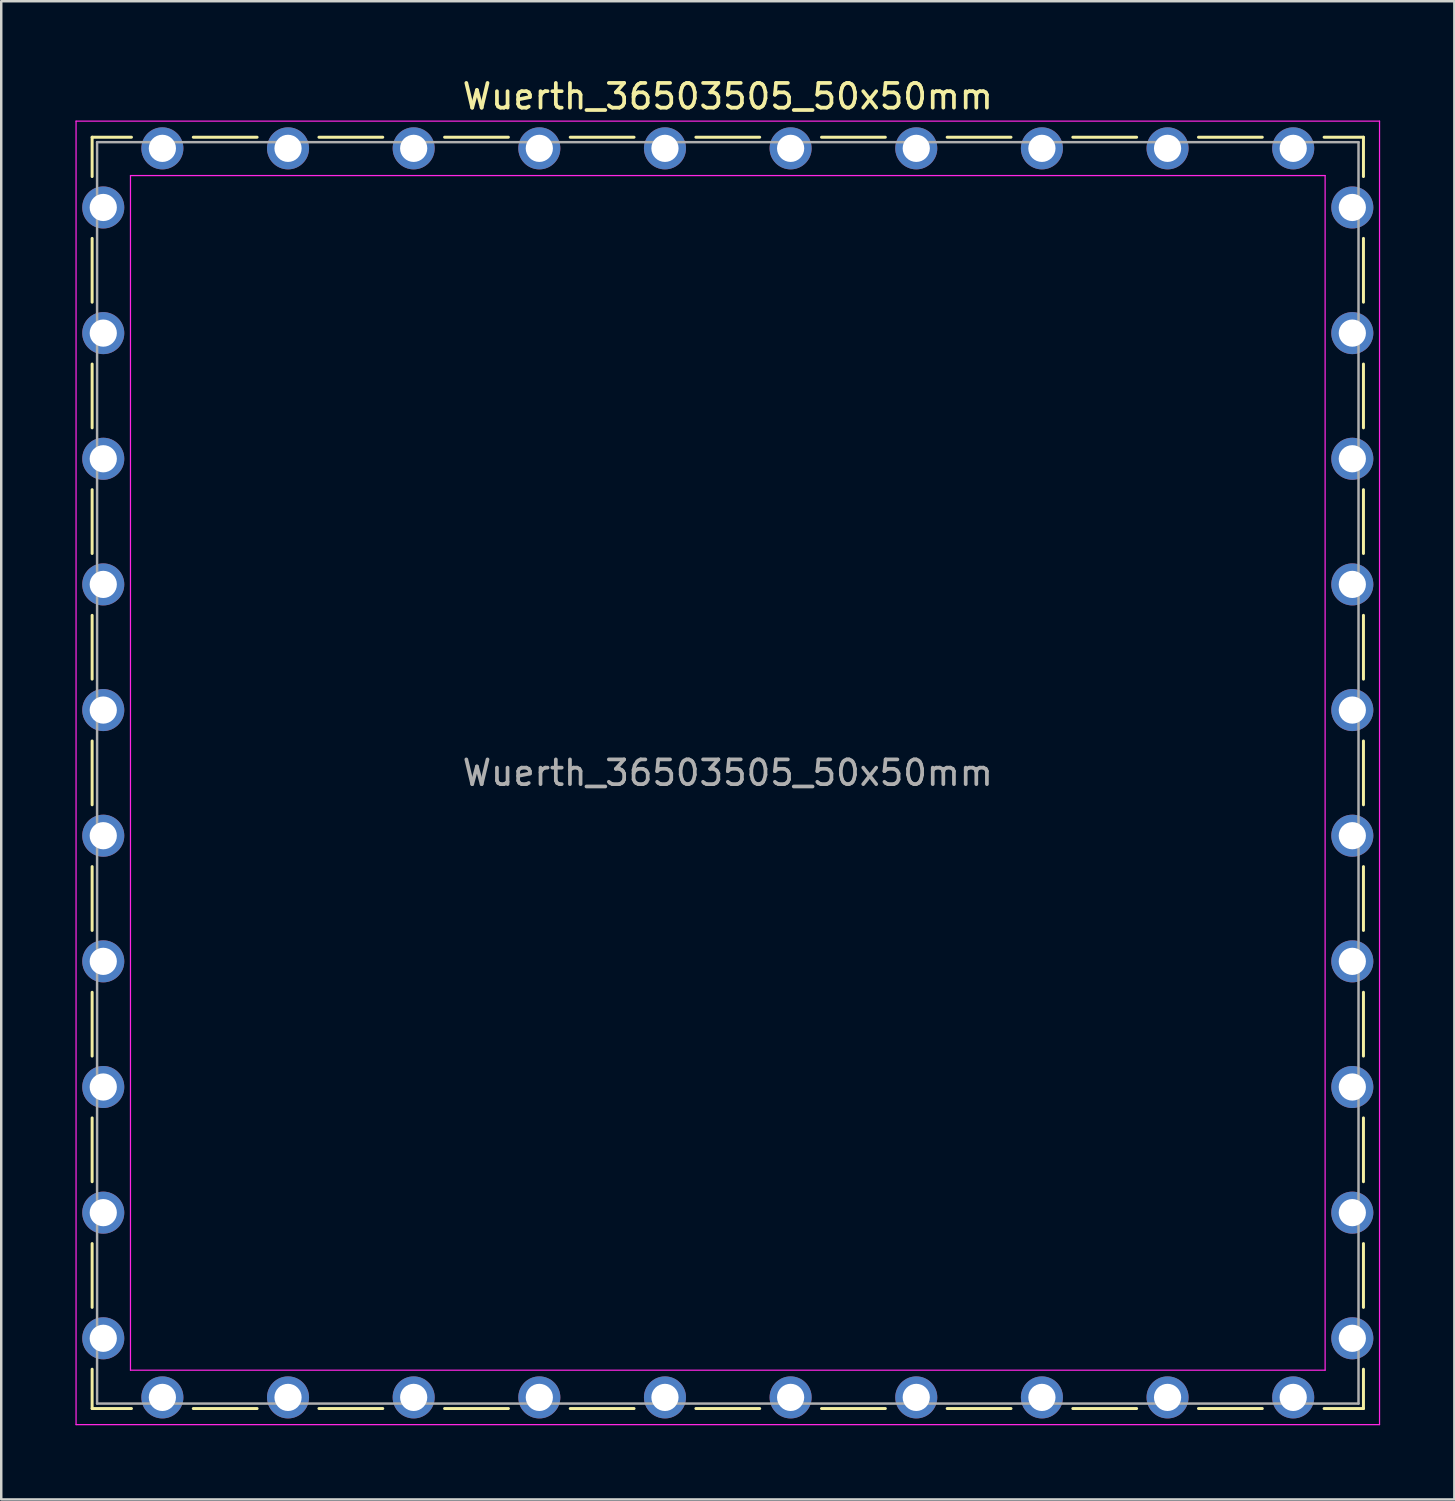
<source format=kicad_pcb>
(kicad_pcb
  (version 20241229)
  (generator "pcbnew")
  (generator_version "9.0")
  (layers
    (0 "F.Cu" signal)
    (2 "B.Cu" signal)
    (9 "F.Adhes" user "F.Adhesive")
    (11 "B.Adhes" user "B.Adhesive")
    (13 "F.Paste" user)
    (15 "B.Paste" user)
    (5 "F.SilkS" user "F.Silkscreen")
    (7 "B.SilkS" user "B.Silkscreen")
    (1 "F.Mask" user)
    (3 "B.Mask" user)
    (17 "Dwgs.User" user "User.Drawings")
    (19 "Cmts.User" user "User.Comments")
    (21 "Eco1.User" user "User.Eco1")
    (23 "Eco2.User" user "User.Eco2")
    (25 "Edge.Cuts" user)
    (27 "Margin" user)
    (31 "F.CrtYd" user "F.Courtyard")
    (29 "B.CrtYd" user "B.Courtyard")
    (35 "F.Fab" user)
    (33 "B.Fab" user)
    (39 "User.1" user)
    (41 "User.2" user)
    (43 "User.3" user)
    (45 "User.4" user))
  (footprint "Wuerth_36503505_50x50mm"
    (layer "F.Cu")
    (at 26.375 28.198)
    (property "Reference" "Wuerth_36503505_50x50mm" (at 0 -27.35 0) (layer "F.SilkS") (effects (font (size 1 1) (thickness 0.15))))
    (attr through_hole)
    (fp_line (start -25.7 -25.7) (end -24.11 -25.7) (stroke (width 0.12) (type solid)) (layer "F.SilkS"))
    (fp_line (start -25.7 -24.11) (end -25.7 -25.7) (stroke (width 0.12) (type solid)) (layer "F.SilkS"))
    (fp_line (start -25.7 -19.03) (end -25.7 -21.61) (stroke (width 0.12) (type solid)) (layer "F.SilkS"))
    (fp_line (start -25.7 -13.95) (end -25.7 -16.53) (stroke (width 0.12) (type solid)) (layer "F.SilkS"))
    (fp_line (start -25.7 -8.87) (end -25.7 -11.45) (stroke (width 0.12) (type solid)) (layer "F.SilkS"))
    (fp_line (start -25.7 -3.79) (end -25.7 -6.37) (stroke (width 0.12) (type solid)) (layer "F.SilkS"))
    (fp_line (start -25.7 -1.29) (end -25.7 1.29) (stroke (width 0.12) (type solid)) (layer "F.SilkS"))
    (fp_line (start -25.7 3.79) (end -25.7 6.37) (stroke (width 0.12) (type solid)) (layer "F.SilkS"))
    (fp_line (start -25.7 8.87) (end -25.7 11.45) (stroke (width 0.12) (type solid)) (layer "F.SilkS"))
    (fp_line (start -25.7 13.95) (end -25.7 16.53) (stroke (width 0.12) (type solid)) (layer "F.SilkS"))
    (fp_line (start -25.7 19.03) (end -25.7 21.61) (stroke (width 0.12) (type solid)) (layer "F.SilkS"))
    (fp_line (start -25.7 24.11) (end -25.7 25.7) (stroke (width 0.12) (type solid)) (layer "F.SilkS"))
    (fp_line (start -25.7 25.7) (end -24.11 25.7) (stroke (width 0.12) (type solid)) (layer "F.SilkS"))
    (fp_line (start -19.03 -25.7) (end -21.61 -25.7) (stroke (width 0.12) (type solid)) (layer "F.SilkS"))
    (fp_line (start -19.03 25.7) (end -21.61 25.7) (stroke (width 0.12) (type solid)) (layer "F.SilkS"))
    (fp_line (start -13.95 -25.7) (end -16.53 -25.7) (stroke (width 0.12) (type solid)) (layer "F.SilkS"))
    (fp_line (start -13.95 25.7) (end -16.53 25.7) (stroke (width 0.12) (type solid)) (layer "F.SilkS"))
    (fp_line (start -8.87 -25.7) (end -11.45 -25.7) (stroke (width 0.12) (type solid)) (layer "F.SilkS"))
    (fp_line (start -8.87 25.7) (end -11.45 25.7) (stroke (width 0.12) (type solid)) (layer "F.SilkS"))
    (fp_line (start -3.79 -25.7) (end -6.37 -25.7) (stroke (width 0.12) (type solid)) (layer "F.SilkS"))
    (fp_line (start -3.79 25.7) (end -6.37 25.7) (stroke (width 0.12) (type solid)) (layer "F.SilkS"))
    (fp_line (start 1.29 -25.7) (end -1.29 -25.7) (stroke (width 0.12) (type solid)) (layer "F.SilkS"))
    (fp_line (start 1.29 25.7) (end -1.29 25.7) (stroke (width 0.12) (type solid)) (layer "F.SilkS"))
    (fp_line (start 3.79 -25.7) (end 6.37 -25.7) (stroke (width 0.12) (type solid)) (layer "F.SilkS"))
    (fp_line (start 3.79 25.7) (end 6.37 25.7) (stroke (width 0.12) (type solid)) (layer "F.SilkS"))
    (fp_line (start 8.87 -25.7) (end 11.45 -25.7) (stroke (width 0.12) (type solid)) (layer "F.SilkS"))
    (fp_line (start 8.87 25.7) (end 11.45 25.7) (stroke (width 0.12) (type solid)) (layer "F.SilkS"))
    (fp_line (start 13.95 -25.7) (end 16.53 -25.7) (stroke (width 0.12) (type solid)) (layer "F.SilkS"))
    (fp_line (start 13.95 25.7) (end 16.53 25.7) (stroke (width 0.12) (type solid)) (layer "F.SilkS"))
    (fp_line (start 19.03 -25.7) (end 21.61 -25.7) (stroke (width 0.12) (type solid)) (layer "F.SilkS"))
    (fp_line (start 19.03 25.7) (end 21.61 25.7) (stroke (width 0.12) (type solid)) (layer "F.SilkS"))
    (fp_line (start 25.7 -25.7) (end 24.11 -25.7) (stroke (width 0.12) (type solid)) (layer "F.SilkS"))
    (fp_line (start 25.7 -24.11) (end 25.7 -25.7) (stroke (width 0.12) (type solid)) (layer "F.SilkS"))
    (fp_line (start 25.7 -19.03) (end 25.7 -21.61) (stroke (width 0.12) (type solid)) (layer "F.SilkS"))
    (fp_line (start 25.7 -13.95) (end 25.7 -16.53) (stroke (width 0.12) (type solid)) (layer "F.SilkS"))
    (fp_line (start 25.7 -8.87) (end 25.7 -11.45) (stroke (width 0.12) (type solid)) (layer "F.SilkS"))
    (fp_line (start 25.7 -3.79) (end 25.7 -6.37) (stroke (width 0.12) (type solid)) (layer "F.SilkS"))
    (fp_line (start 25.7 1.29) (end 25.7 -1.29) (stroke (width 0.12) (type solid)) (layer "F.SilkS"))
    (fp_line (start 25.7 3.79) (end 25.7 6.37) (stroke (width 0.12) (type solid)) (layer "F.SilkS"))
    (fp_line (start 25.7 8.87) (end 25.7 11.45) (stroke (width 0.12) (type solid)) (layer "F.SilkS"))
    (fp_line (start 25.7 13.95) (end 25.7 16.53) (stroke (width 0.12) (type solid)) (layer "F.SilkS"))
    (fp_line (start 25.7 19.03) (end 25.7 21.61) (stroke (width 0.12) (type solid)) (layer "F.SilkS"))
    (fp_line (start 25.7 24.11) (end 25.7 25.7) (stroke (width 0.12) (type solid)) (layer "F.SilkS"))
    (fp_line (start 25.7 25.7) (end 24.11 25.7) (stroke (width 0.12) (type solid)) (layer "F.SilkS"))
    (fp_line (start -26.35 -26.35) (end -26.35 26.35) (stroke (width 0.05) (type solid)) (layer "F.CrtYd"))
    (fp_line (start -26.35 26.35) (end 26.35 26.35) (stroke (width 0.05) (type solid)) (layer "F.CrtYd"))
    (fp_line (start -24.15 -24.15) (end -24.15 24.15) (stroke (width 0.05) (type solid)) (layer "F.CrtYd"))
    (fp_line (start -24.15 24.15) (end 24.15 24.15) (stroke (width 0.05) (type solid)) (layer "F.CrtYd"))
    (fp_line (start 24.15 -24.15) (end -24.15 -24.15) (stroke (width 0.05) (type solid)) (layer "F.CrtYd"))
    (fp_line (start 24.15 24.15) (end 24.15 -24.15) (stroke (width 0.05) (type solid)) (layer "F.CrtYd"))
    (fp_line (start 26.35 -26.35) (end -26.35 -26.35) (stroke (width 0.05) (type solid)) (layer "F.CrtYd"))
    (fp_line (start 26.35 26.35) (end 26.35 -26.35) (stroke (width 0.05) (type solid)) (layer "F.CrtYd"))
    (fp_line (start -25.5 -25.5) (end -25.5 25.5) (stroke (width 0.1) (type solid)) (layer "F.Fab"))
    (fp_line (start -25.5 25.5) (end 25.5 25.5) (stroke (width 0.1) (type solid)) (layer "F.Fab"))
    (fp_line (start 25.5 -25.5) (end -25.5 -25.5) (stroke (width 0.1) (type solid)) (layer "F.Fab"))
    (fp_line (start 25.5 25.5) (end 25.5 -25.5) (stroke (width 0.1) (type solid)) (layer "F.Fab"))
    (fp_text user "${REFERENCE}" (at 0 0 0) (layer "F.Fab") (effects (font (size 1 1) (thickness 0.15))))
    (pad "1" thru_hole circle (at -25.25 -22.86) (size 1.7 1.7) (drill 1.1) (layers "*.Cu" "*.Mask"))
    (pad "1" thru_hole circle (at -25.25 -17.78) (size 1.7 1.7) (drill 1.1) (layers "*.Cu" "*.Mask"))
    (pad "1" thru_hole circle (at -25.25 -12.7) (size 1.7 1.7) (drill 1.1) (layers "*.Cu" "*.Mask"))
    (pad "1" thru_hole circle (at -25.25 -7.62) (size 1.7 1.7) (drill 1.1) (layers "*.Cu" "*.Mask"))
    (pad "1" thru_hole circle (at -25.25 -2.54) (size 1.7 1.7) (drill 1.1) (layers "*.Cu" "*.Mask"))
    (pad "1" thru_hole circle (at -25.25 2.54) (size 1.7 1.7) (drill 1.1) (layers "*.Cu" "*.Mask"))
    (pad "1" thru_hole circle (at -25.25 7.62) (size 1.7 1.7) (drill 1.1) (layers "*.Cu" "*.Mask"))
    (pad "1" thru_hole circle (at -25.25 12.7) (size 1.7 1.7) (drill 1.1) (layers "*.Cu" "*.Mask"))
    (pad "1" thru_hole circle (at -25.25 17.78) (size 1.7 1.7) (drill 1.1) (layers "*.Cu" "*.Mask"))
    (pad "1" thru_hole circle (at -25.25 22.86) (size 1.7 1.7) (drill 1.1) (layers "*.Cu" "*.Mask"))
    (pad "1" thru_hole circle (at -22.86 -25.25) (size 1.7 1.7) (drill 1.1) (layers "*.Cu" "*.Mask"))
    (pad "1" thru_hole circle (at -22.86 25.25) (size 1.7 1.7) (drill 1.1) (layers "*.Cu" "*.Mask"))
    (pad "1" thru_hole circle (at -17.78 -25.25) (size 1.7 1.7) (drill 1.1) (layers "*.Cu" "*.Mask"))
    (pad "1" thru_hole circle (at -17.78 25.25) (size 1.7 1.7) (drill 1.1) (layers "*.Cu" "*.Mask"))
    (pad "1" thru_hole circle (at -12.7 -25.25) (size 1.7 1.7) (drill 1.1) (layers "*.Cu" "*.Mask"))
    (pad "1" thru_hole circle (at -12.7 25.25) (size 1.7 1.7) (drill 1.1) (layers "*.Cu" "*.Mask"))
    (pad "1" thru_hole circle (at -7.62 -25.25) (size 1.7 1.7) (drill 1.1) (layers "*.Cu" "*.Mask"))
    (pad "1" thru_hole circle (at -7.62 25.25) (size 1.7 1.7) (drill 1.1) (layers "*.Cu" "*.Mask"))
    (pad "1" thru_hole circle (at -2.54 -25.25) (size 1.7 1.7) (drill 1.1) (layers "*.Cu" "*.Mask"))
    (pad "1" thru_hole circle (at -2.54 25.25) (size 1.7 1.7) (drill 1.1) (layers "*.Cu" "*.Mask"))
    (pad "1" thru_hole circle (at 2.54 -25.25) (size 1.7 1.7) (drill 1.1) (layers "*.Cu" "*.Mask"))
    (pad "1" thru_hole circle (at 2.54 25.25) (size 1.7 1.7) (drill 1.1) (layers "*.Cu" "*.Mask"))
    (pad "1" thru_hole circle (at 7.62 -25.25) (size 1.7 1.7) (drill 1.1) (layers "*.Cu" "*.Mask"))
    (pad "1" thru_hole circle (at 7.62 25.25) (size 1.7 1.7) (drill 1.1) (layers "*.Cu" "*.Mask"))
    (pad "1" thru_hole circle (at 12.7 -25.25) (size 1.7 1.7) (drill 1.1) (layers "*.Cu" "*.Mask"))
    (pad "1" thru_hole circle (at 12.7 25.25) (size 1.7 1.7) (drill 1.1) (layers "*.Cu" "*.Mask"))
    (pad "1" thru_hole circle (at 17.78 -25.25) (size 1.7 1.7) (drill 1.1) (layers "*.Cu" "*.Mask"))
    (pad "1" thru_hole circle (at 17.78 25.25) (size 1.7 1.7) (drill 1.1) (layers "*.Cu" "*.Mask"))
    (pad "1" thru_hole circle (at 22.86 -25.25) (size 1.7 1.7) (drill 1.1) (layers "*.Cu" "*.Mask"))
    (pad "1" thru_hole circle (at 22.86 25.25) (size 1.7 1.7) (drill 1.1) (layers "*.Cu" "*.Mask"))
    (pad "1" thru_hole circle (at 25.25 -22.86) (size 1.7 1.7) (drill 1.1) (layers "*.Cu" "*.Mask"))
    (pad "1" thru_hole circle (at 25.25 -17.78) (size 1.7 1.7) (drill 1.1) (layers "*.Cu" "*.Mask"))
    (pad "1" thru_hole circle (at 25.25 -12.7) (size 1.7 1.7) (drill 1.1) (layers "*.Cu" "*.Mask"))
    (pad "1" thru_hole circle (at 25.25 -7.62) (size 1.7 1.7) (drill 1.1) (layers "*.Cu" "*.Mask"))
    (pad "1" thru_hole circle (at 25.25 -2.54) (size 1.7 1.7) (drill 1.1) (layers "*.Cu" "*.Mask"))
    (pad "1" thru_hole circle (at 25.25 2.54) (size 1.7 1.7) (drill 1.1) (layers "*.Cu" "*.Mask"))
    (pad "1" thru_hole circle (at 25.25 7.62) (size 1.7 1.7) (drill 1.1) (layers "*.Cu" "*.Mask"))
    (pad "1" thru_hole circle (at 25.25 12.7) (size 1.7 1.7) (drill 1.1) (layers "*.Cu" "*.Mask"))
    (pad "1" thru_hole circle (at 25.25 17.78) (size 1.7 1.7) (drill 1.1) (layers "*.Cu" "*.Mask"))
    (pad "1" thru_hole circle (at 25.25 22.86) (size 1.7 1.7) (drill 1.1) (layers "*.Cu" "*.Mask")))
  (gr_rect
    (start -3 -3)
    (end 55.75 57.573)
    (stroke (width 0.1) (type default))
    (fill no)
    (layer "Edge.Cuts")))
</source>
